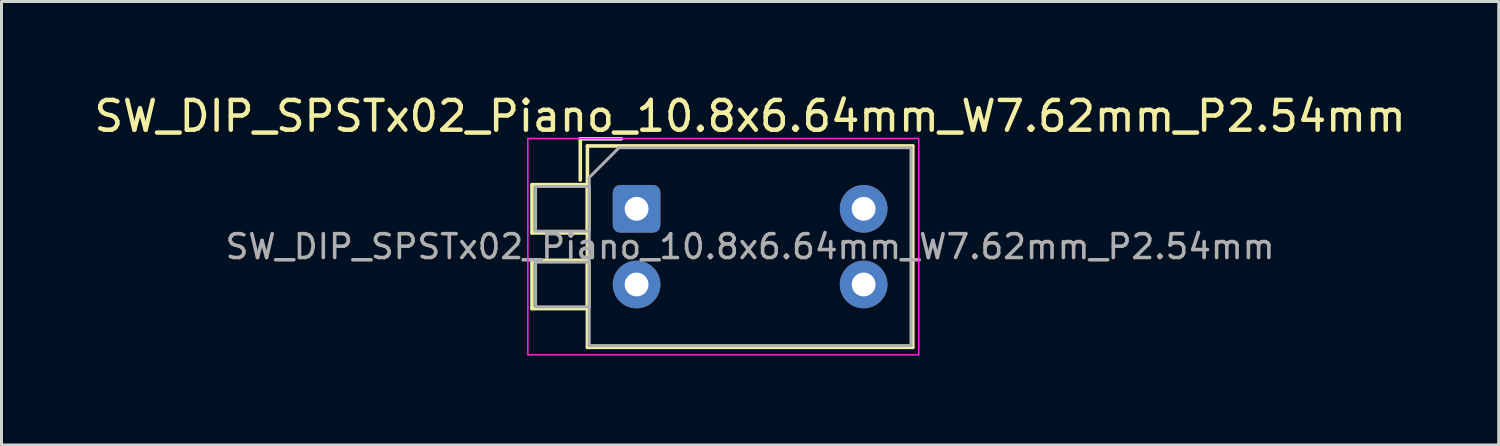
<source format=kicad_pcb>
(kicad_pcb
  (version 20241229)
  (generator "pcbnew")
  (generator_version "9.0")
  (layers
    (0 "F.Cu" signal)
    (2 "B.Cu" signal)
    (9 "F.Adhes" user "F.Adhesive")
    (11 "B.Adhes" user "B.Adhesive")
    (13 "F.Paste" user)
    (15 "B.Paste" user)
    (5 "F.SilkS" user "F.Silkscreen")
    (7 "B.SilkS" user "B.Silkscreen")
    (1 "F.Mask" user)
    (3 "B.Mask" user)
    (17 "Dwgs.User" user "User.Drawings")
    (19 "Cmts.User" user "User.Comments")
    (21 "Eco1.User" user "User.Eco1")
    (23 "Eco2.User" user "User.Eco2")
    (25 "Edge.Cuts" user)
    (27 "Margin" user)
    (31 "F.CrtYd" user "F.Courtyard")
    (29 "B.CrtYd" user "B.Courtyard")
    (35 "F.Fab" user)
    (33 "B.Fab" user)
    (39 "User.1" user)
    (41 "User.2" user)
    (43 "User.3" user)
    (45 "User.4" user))
  (footprint "SW_DIP_SPSTx02_Piano_10.8x6.64mm_W7.62mm_P2.54mm"
    (layer "F.Cu")
    (at 18.315 3.958)
    (property "Reference" "SW_DIP_SPSTx02_Piano_10.8x6.64mm_W7.62mm_P2.54mm" (at 3.81 -3.11 0) (layer "F.SilkS") (effects (font (size 1 1) (thickness 0.15))))
    (attr through_hole)
    (fp_line (start -3.51 -0.81) (end -1.65 -0.81) (stroke (width 0.12) (type solid)) (layer "F.SilkS"))
    (fp_line (start -3.51 0.81) (end -3.51 -0.81) (stroke (width 0.12) (type solid)) (layer "F.SilkS"))
    (fp_line (start -3.51 1.73) (end -1.65 1.73) (stroke (width 0.12) (type solid)) (layer "F.SilkS"))
    (fp_line (start -3.51 3.35) (end -3.51 1.73) (stroke (width 0.12) (type solid)) (layer "F.SilkS"))
    (fp_line (start -1.89 -2.35) (end -1.89 -0.967) (stroke (width 0.12) (type solid)) (layer "F.SilkS"))
    (fp_line (start -1.89 -2.35) (end -0.507 -2.35) (stroke (width 0.12) (type solid)) (layer "F.SilkS"))
    (fp_line (start -1.65 -2.11) (end -1.65 4.65) (stroke (width 0.12) (type solid)) (layer "F.SilkS"))
    (fp_line (start -1.65 -2.11) (end 9.27 -2.11) (stroke (width 0.12) (type solid)) (layer "F.SilkS"))
    (fp_line (start -1.65 -0.81) (end -1.65 0.81) (stroke (width 0.12) (type solid)) (layer "F.SilkS"))
    (fp_line (start -1.65 0.81) (end -3.51 0.81) (stroke (width 0.12) (type solid)) (layer "F.SilkS"))
    (fp_line (start -1.65 1.73) (end -1.65 3.35) (stroke (width 0.12) (type solid)) (layer "F.SilkS"))
    (fp_line (start -1.65 3.35) (end -3.51 3.35) (stroke (width 0.12) (type solid)) (layer "F.SilkS"))
    (fp_line (start -1.65 4.65) (end 9.27 4.65) (stroke (width 0.12) (type solid)) (layer "F.SilkS"))
    (fp_line (start 9.27 -2.11) (end 9.27 4.65) (stroke (width 0.12) (type solid)) (layer "F.SilkS"))
    (fp_rect (start -3.65 -2.36) (end 9.47 4.9) (stroke (width 0.05) (type solid)) (fill no) (layer "F.CrtYd"))
    (fp_line (start -1.59 -1.05) (end -0.59 -2.05) (stroke (width 0.1) (type solid)) (layer "F.Fab"))
    (fp_line (start -1.59 4.59) (end -1.59 -1.05) (stroke (width 0.1) (type solid)) (layer "F.Fab"))
    (fp_line (start -0.59 -2.05) (end 9.21 -2.05) (stroke (width 0.1) (type solid)) (layer "F.Fab"))
    (fp_line (start 9.21 -2.05) (end 9.21 4.59) (stroke (width 0.1) (type solid)) (layer "F.Fab"))
    (fp_line (start 9.21 4.59) (end -1.59 4.59) (stroke (width 0.1) (type solid)) (layer "F.Fab"))
    (fp_rect (start -3.39 -0.75) (end -1.59 0.75) (stroke (width 0.1) (type solid)) (fill no) (layer "F.Fab"))
    (fp_rect (start -3.39 1.79) (end -1.59 3.29) (stroke (width 0.1) (type solid)) (fill no) (layer "F.Fab"))
    (fp_text user "${REFERENCE}" (at 3.81 1.27 0) (layer "F.Fab") (effects (font (size 0.8 0.8) (thickness 0.12))))
    (pad "1" thru_hole roundrect (at 0 0) (size 1.6 1.6) (drill 0.8) (layers "*.Cu" "*.Mask") (roundrect_rratio 0.156))
    (pad "2" thru_hole circle (at 0 2.54) (size 1.6 1.6) (drill 0.8) (layers "*.Cu" "*.Mask"))
    (pad "3" thru_hole circle (at 7.62 2.54) (size 1.6 1.6) (drill 0.8) (layers "*.Cu" "*.Mask"))
    (pad "4" thru_hole circle (at 7.62 0) (size 1.6 1.6) (drill 0.8) (layers "*.Cu" "*.Mask")))
  (gr_rect
    (start -3 -3)
    (end 47.25 11.883)
    (stroke (width 0.1) (type default))
    (fill no)
    (layer "Edge.Cuts")))
</source>
